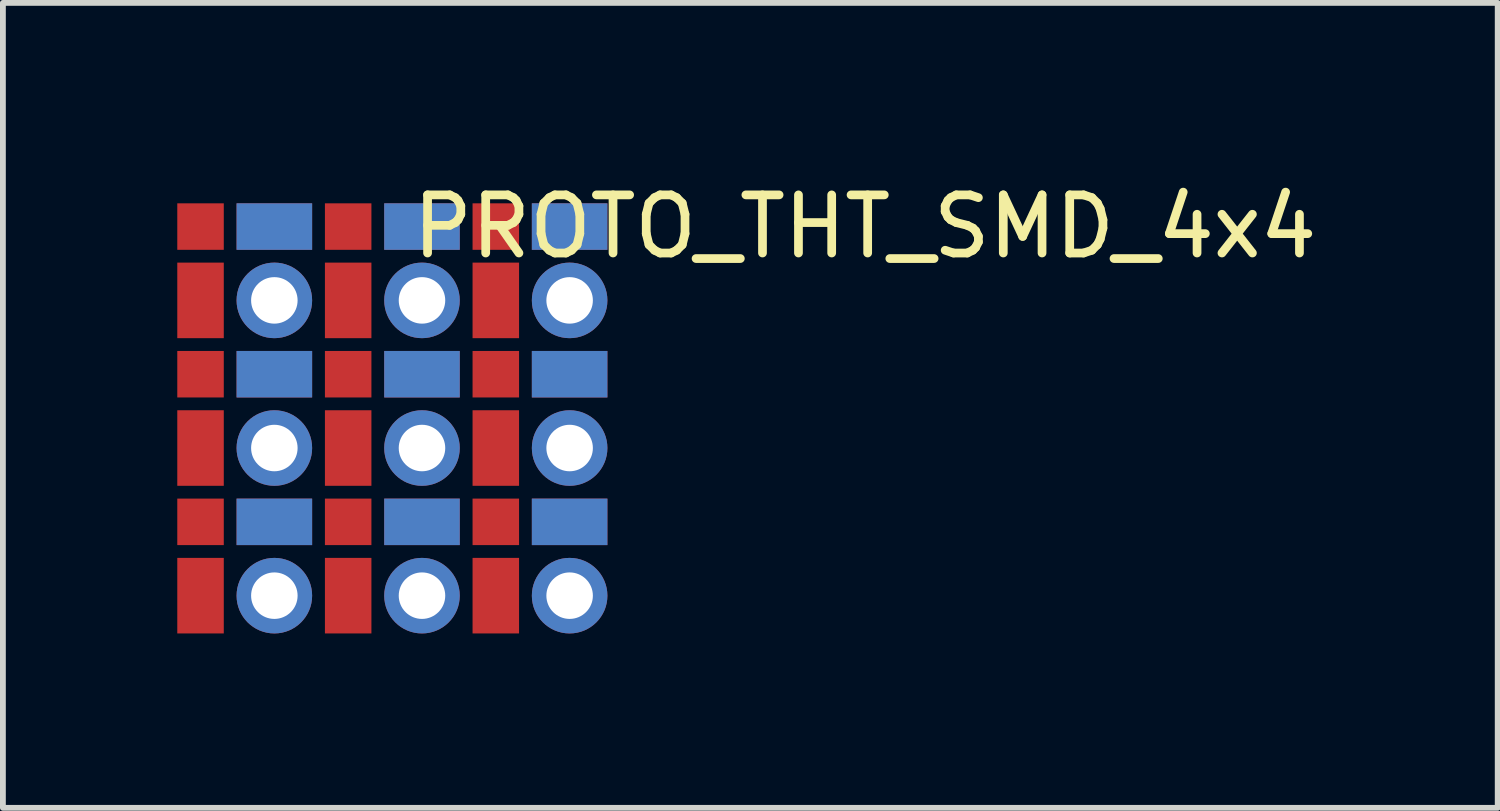
<source format=kicad_pcb>
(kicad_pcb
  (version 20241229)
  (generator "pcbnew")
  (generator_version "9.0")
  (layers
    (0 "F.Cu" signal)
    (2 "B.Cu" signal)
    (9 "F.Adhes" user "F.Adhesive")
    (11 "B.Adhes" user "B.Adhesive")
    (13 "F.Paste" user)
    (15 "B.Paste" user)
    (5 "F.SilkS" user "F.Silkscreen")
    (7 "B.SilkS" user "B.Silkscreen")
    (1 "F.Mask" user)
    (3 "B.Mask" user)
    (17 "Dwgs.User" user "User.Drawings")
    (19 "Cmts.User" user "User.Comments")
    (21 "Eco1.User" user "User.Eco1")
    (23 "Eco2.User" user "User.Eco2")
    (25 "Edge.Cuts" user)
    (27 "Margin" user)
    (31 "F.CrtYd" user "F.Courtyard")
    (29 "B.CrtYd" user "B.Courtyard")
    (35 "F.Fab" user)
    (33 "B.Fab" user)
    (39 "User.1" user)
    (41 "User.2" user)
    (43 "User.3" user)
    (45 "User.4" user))
  (footprint "PROTO_THT_SMD_4x4"
    (layer "F.Cu")
    (at 2.94 3.388)
    (property "Reference" "PROTO_THT_SMD_4x4" (at 8.89 -2.54 0) (layer "F.SilkS") (effects (font (size 1 1) (thickness 0.15))))
    (attr through_hole)
    (pad "" smd rect (at -2.54 -2.54 90) (size 0.8 0.8) (layers "F.Cu" "F.Mask" "F.Paste"))
    (pad "" smd rect (at -2.54 -2.54 90) (size 0.8 0.8) (layers "B.Mask"))
    (pad "" smd rect (at -2.54 -1.27 90) (size 1.3 0.8) (layers "F.Cu" "F.Mask"))
    (pad "" smd rect (at -2.54 -1.27 90) (size 1.3 0.8) (layers "B.Mask"))
    (pad "" smd rect (at -2.54 0 90) (size 0.8 0.8) (layers "F.Cu" "F.Mask" "F.Paste"))
    (pad "" smd rect (at -2.54 0 90) (size 0.8 0.8) (layers "B.Mask"))
    (pad "" smd rect (at -2.54 1.27 90) (size 1.3 0.8) (layers "F.Cu" "F.Mask"))
    (pad "" smd rect (at -2.54 1.27 90) (size 1.3 0.8) (layers "B.Mask"))
    (pad "" smd rect (at -2.54 2.54 90) (size 0.8 0.8) (layers "F.Cu" "F.Mask" "F.Paste"))
    (pad "" smd rect (at -2.54 2.54 90) (size 0.8 0.8) (layers "B.Mask"))
    (pad "" smd rect (at -2.54 3.81 90) (size 1.3 0.8) (layers "F.Cu" "F.Mask"))
    (pad "" smd rect (at -2.54 3.81 90) (size 1.3 0.8) (layers "B.Mask"))
    (pad "" smd rect (at -1.27 -2.54) (size 1.3 0.8) (layers "F.Cu" "F.Mask"))
    (pad "" smd rect (at -1.27 -2.54) (size 1.3 0.8) (layers "B.Cu" "B.Mask"))
    (pad "" thru_hole circle (at -1.27 -1.27) (size 1.3 1.3) (drill 0.8) (layers "*.Cu" "*.Mask"))
    (pad "" smd rect (at -1.27 0) (size 1.3 0.8) (layers "F.Cu" "F.Mask"))
    (pad "" smd rect (at -1.27 0) (size 1.3 0.8) (layers "B.Cu" "B.Mask"))
    (pad "" smd rect (at -1.27 0) (size 1.3 0.8) (layers "B.Mask"))
    (pad "" thru_hole circle (at -1.27 1.27) (size 1.3 1.3) (drill 0.8) (layers "*.Cu" "*.Mask"))
    (pad "" smd rect (at -1.27 2.54) (size 1.3 0.8) (layers "F.Cu" "F.Mask"))
    (pad "" smd rect (at -1.27 2.54) (size 1.3 0.8) (layers "B.Cu" "B.Mask"))
    (pad "" thru_hole circle (at -1.27 3.81) (size 1.3 1.3) (drill 0.8) (layers "*.Cu" "*.Mask"))
    (pad "" smd rect (at 0 -2.54 90) (size 0.8 0.8) (layers "F.Cu" "F.Mask" "F.Paste"))
    (pad "" smd rect (at 0 -2.54 90) (size 0.8 0.8) (layers "B.Mask"))
    (pad "" smd rect (at 0 -1.27 90) (size 1.3 0.8) (layers "F.Cu" "F.Mask"))
    (pad "" smd rect (at 0 -1.27 90) (size 1.3 0.8) (layers "B.Mask"))
    (pad "" smd rect (at 0 0 90) (size 0.8 0.8) (layers "F.Cu" "F.Mask" "F.Paste"))
    (pad "" smd rect (at 0 0 90) (size 0.8 0.8) (layers "B.Mask"))
    (pad "" smd rect (at 0 1.27 90) (size 1.3 0.8) (layers "F.Cu" "F.Mask"))
    (pad "" smd rect (at 0 1.27 90) (size 1.3 0.8) (layers "B.Mask"))
    (pad "" smd rect (at 0 2.54 90) (size 0.8 0.8) (layers "F.Cu" "F.Mask" "F.Paste"))
    (pad "" smd rect (at 0 2.54 90) (size 0.8 0.8) (layers "B.Mask"))
    (pad "" smd rect (at 0 3.81 90) (size 1.3 0.8) (layers "F.Cu" "F.Mask"))
    (pad "" smd rect (at 0 3.81 90) (size 1.3 0.8) (layers "B.Mask"))
    (pad "" smd rect (at 1.27 -2.54) (size 1.3 0.8) (layers "F.Cu" "F.Mask"))
    (pad "" smd rect (at 1.27 -2.54) (size 1.3 0.8) (layers "B.Cu" "B.Mask"))
    (pad "" thru_hole circle (at 1.27 -1.27) (size 1.3 1.3) (drill 0.8) (layers "*.Cu" "*.Mask"))
    (pad "" smd rect (at 1.27 0) (size 1.3 0.8) (layers "F.Cu" "F.Mask"))
    (pad "" smd rect (at 1.27 0) (size 1.3 0.8) (layers "B.Cu" "B.Mask"))
    (pad "" thru_hole circle (at 1.27 1.27) (size 1.3 1.3) (drill 0.8) (layers "*.Cu" "*.Mask"))
    (pad "" smd rect (at 1.27 2.54) (size 1.3 0.8) (layers "F.Cu" "F.Mask"))
    (pad "" smd rect (at 1.27 2.54) (size 1.3 0.8) (layers "B.Cu" "B.Mask"))
    (pad "" thru_hole circle (at 1.27 3.81) (size 1.3 1.3) (drill 0.8) (layers "*.Cu" "*.Mask"))
    (pad "" smd rect (at 2.54 -2.54 90) (size 0.8 0.8) (layers "F.Cu" "F.Mask" "F.Paste"))
    (pad "" smd rect (at 2.54 -2.54 90) (size 0.8 0.8) (layers "B.Mask"))
    (pad "" smd rect (at 2.54 -1.27 90) (size 1.3 0.8) (layers "F.Cu" "F.Mask"))
    (pad "" smd rect (at 2.54 -1.27 90) (size 1.3 0.8) (layers "B.Mask"))
    (pad "" smd rect (at 2.54 0 90) (size 0.8 0.8) (layers "F.Cu" "F.Mask" "F.Paste"))
    (pad "" smd rect (at 2.54 0 90) (size 0.8 0.8) (layers "B.Mask"))
    (pad "" smd rect (at 2.54 1.27 90) (size 1.3 0.8) (layers "F.Cu" "F.Mask"))
    (pad "" smd rect (at 2.54 1.27 90) (size 1.3 0.8) (layers "B.Mask"))
    (pad "" smd rect (at 2.54 2.54 90) (size 0.8 0.8) (layers "F.Cu" "F.Mask" "F.Paste"))
    (pad "" smd rect (at 2.54 2.54 90) (size 0.8 0.8) (layers "B.Mask"))
    (pad "" smd rect (at 2.54 3.81 90) (size 1.3 0.8) (layers "F.Cu" "F.Mask"))
    (pad "" smd rect (at 2.54 3.81 90) (size 1.3 0.8) (layers "B.Mask"))
    (pad "" smd rect (at 3.81 -2.54) (size 1.3 0.8) (layers "F.Cu" "F.Mask"))
    (pad "" smd rect (at 3.81 -2.54) (size 1.3 0.8) (layers "B.Cu" "B.Mask"))
    (pad "" thru_hole circle (at 3.81 -1.27) (size 1.3 1.3) (drill 0.8) (layers "*.Cu" "*.Mask"))
    (pad "" smd rect (at 3.81 0) (size 1.3 0.8) (layers "F.Cu" "F.Mask"))
    (pad "" smd rect (at 3.81 0) (size 1.3 0.8) (layers "B.Cu" "B.Mask"))
    (pad "" smd rect (at 3.81 0) (size 1.3 0.8) (layers "B.Mask"))
    (pad "" thru_hole circle (at 3.81 1.27) (size 1.3 1.3) (drill 0.8) (layers "*.Cu" "*.Mask"))
    (pad "" smd rect (at 3.81 2.54) (size 1.3 0.8) (layers "F.Cu" "F.Mask"))
    (pad "" smd rect (at 3.81 2.54) (size 1.3 0.8) (layers "B.Cu" "B.Mask"))
    (pad "" thru_hole circle (at 3.81 3.81) (size 1.3 1.3) (drill 0.8) (layers "*.Cu" "*.Mask")))
  (gr_rect
    (start -3 -3)
    (end 22.717 10.848)
    (stroke (width 0.1) (type default))
    (fill no)
    (layer "Edge.Cuts")))
</source>
